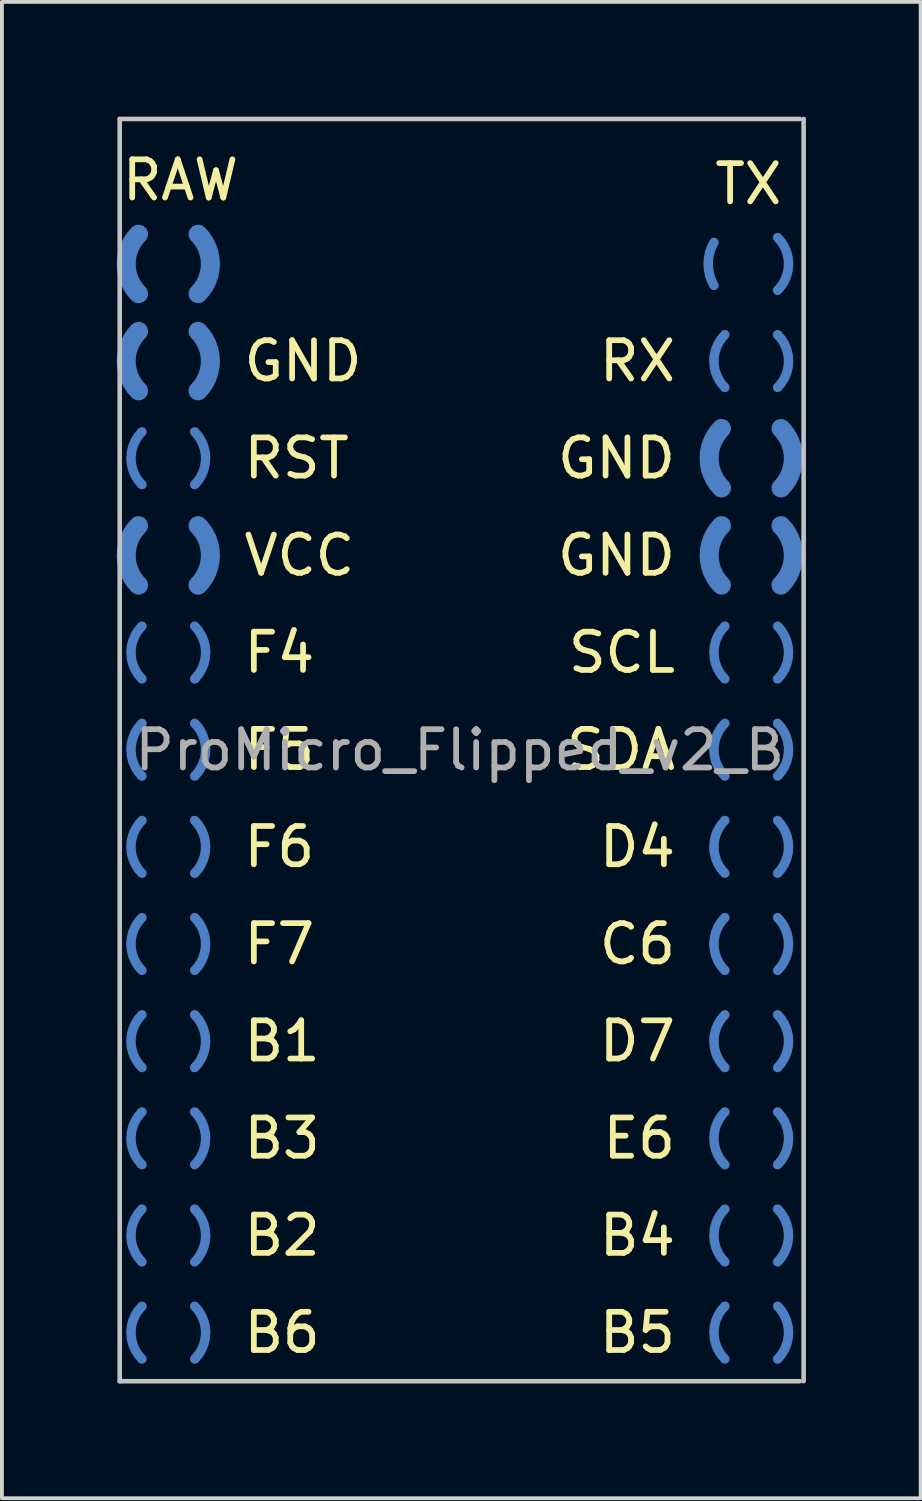
<source format=kicad_pcb>
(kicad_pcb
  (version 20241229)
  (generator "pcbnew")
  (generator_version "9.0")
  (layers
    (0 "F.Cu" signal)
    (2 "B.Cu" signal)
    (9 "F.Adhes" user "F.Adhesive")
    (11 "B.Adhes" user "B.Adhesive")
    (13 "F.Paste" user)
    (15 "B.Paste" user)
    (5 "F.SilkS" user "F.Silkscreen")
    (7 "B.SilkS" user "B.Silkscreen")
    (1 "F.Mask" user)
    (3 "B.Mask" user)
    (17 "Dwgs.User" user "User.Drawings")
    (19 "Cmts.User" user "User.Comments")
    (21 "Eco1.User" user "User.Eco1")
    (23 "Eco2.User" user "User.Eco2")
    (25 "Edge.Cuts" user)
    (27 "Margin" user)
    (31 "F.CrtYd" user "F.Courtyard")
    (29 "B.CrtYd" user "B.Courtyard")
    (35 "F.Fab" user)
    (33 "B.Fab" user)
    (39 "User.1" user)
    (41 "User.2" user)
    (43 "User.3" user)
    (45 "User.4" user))
  (footprint "ProMicro_Flipped_v2_B"
    (layer "F.Cu")
    (at 8.97 16.56)
    (property "Reference" "ProMicro_Flipped_v2_B" (at 0 0 0) (layer "F.Fab") (effects (font (size 1 1) (thickness 0.15))))
    (attr through_hole)
    (fp_line (start -8.89 -16.5) (end 8.89 -16.5) (stroke (width 0.12) (type solid)) (layer "Dwgs.User"))
    (fp_line (start -8.89 16.5) (end -8.89 -16.5) (stroke (width 0.12) (type solid)) (layer "Dwgs.User"))
    (fp_line (start 8.89 16.5) (end -8.89 16.5) (stroke (width 0.12) (type solid)) (layer "Dwgs.User"))
    (fp_line (start 8.99 16.5) (end 8.99 -16.5) (stroke (width 0.12) (type solid)) (layer "Dwgs.User"))
    (fp_text user "TX" (at 8.5 -14.8 0) (layer "F.SilkS") (effects (font (size 1 1) (thickness 0.15)) (justify right)))
    (fp_text user "VCC" (at -5.72 -5.09 0) (layer "F.SilkS") (effects (font (size 1 1) (thickness 0.15)) (justify left)))
    (fp_text user "B5" (at 5.72 15.23 0) (layer "F.SilkS") (effects (font (size 1 1) (thickness 0.15)) (justify right)))
    (fp_text user "RAW" (at -8.9 -14.9 0) (layer "F.SilkS") (effects (font (size 1 1) (thickness 0.15)) (justify left)))
    (fp_text user "C6" (at 5.72 5.07 0) (layer "F.SilkS") (effects (font (size 1 1) (thickness 0.15)) (justify right)))
    (fp_text user "GND" (at 5.72 -7.63 0) (layer "F.SilkS") (effects (font (size 1 1) (thickness 0.15)) (justify right)))
    (fp_text user "SCL" (at 5.72 -2.55 0) (layer "F.SilkS") (effects (font (size 1 1) (thickness 0.15)) (justify right)))
    (fp_text user "RX" (at 5.72 -10.17 0) (layer "F.SilkS") (effects (font (size 1 1) (thickness 0.15)) (justify right)))
    (fp_text user "B3" (at -5.72 10.15 0) (layer "F.SilkS") (effects (font (size 1 1) (thickness 0.15)) (justify left)))
    (fp_text user "SDA" (at 5.72 -0.01 0) (layer "F.SilkS") (effects (font (size 1 1) (thickness 0.15)) (justify right)))
    (fp_text user "E6" (at 5.72 10.15 0) (layer "F.SilkS") (effects (font (size 1 1) (thickness 0.15)) (justify right)))
    (fp_text user "F7" (at -5.72 5.07 0) (layer "F.SilkS") (effects (font (size 1 1) (thickness 0.15)) (justify left)))
    (fp_text user "GND" (at 5.72 -5.09 0) (layer "F.SilkS") (effects (font (size 1 1) (thickness 0.15)) (justify right)))
    (fp_text user "F4" (at -5.72 -2.55 0) (layer "F.SilkS") (effects (font (size 1 1) (thickness 0.15)) (justify left)))
    (fp_text user "RST" (at -5.72 -7.63 0) (layer "F.SilkS") (effects (font (size 1 1) (thickness 0.15)) (justify left)))
    (fp_text user "GND" (at -5.72 -10.17 0) (layer "F.SilkS") (effects (font (size 1 1) (thickness 0.15)) (justify left)))
    (fp_text user "B2" (at -5.72 12.69 0) (layer "F.SilkS") (effects (font (size 1 1) (thickness 0.15)) (justify left)))
    (fp_text user "D4" (at 5.72 2.53 0) (layer "F.SilkS") (effects (font (size 1 1) (thickness 0.15)) (justify right)))
    (fp_text user "D7" (at 5.72 7.61 0) (layer "F.SilkS") (effects (font (size 1 1) (thickness 0.15)) (justify right)))
    (fp_text user "B6" (at -5.72 15.23 0) (layer "F.SilkS") (effects (font (size 1 1) (thickness 0.15)) (justify left)))
    (fp_text user "B1" (at -5.72 7.61 0) (layer "F.SilkS") (effects (font (size 1 1) (thickness 0.15)) (justify left)))
    (fp_text user "F5" (at -5.72 -0.01 0) (layer "F.SilkS") (effects (font (size 1 1) (thickness 0.15)) (justify left)))
    (fp_text user "F6" (at -5.72 2.53 0) (layer "F.SilkS") (effects (font (size 1 1) (thickness 0.15)) (justify left)))
    (fp_text user "B4" (at 5.72 12.69 0) (layer "F.SilkS") (effects (font (size 1 1) (thickness 0.15)) (justify right)))
    (pad "1" smd custom (at 6.495 -12.71 180) (size 0.25 0.25) (layers "B.Cu" "B.Mask" "B.Paste") (options (anchor circle)) (primitives (gr_arc (start 0 0) (mid -0.038333 0.291171) (end -0.150721 0.5625) (width 0.25)) (gr_arc (start -0.150721 -0.5625) (mid -0.038333 -0.291171) (end 0 0) (width 0.25))))
    (pad "1" smd custom (at 8.595 -12.71) (size 0.25 0.25) (layers "B.Cu" "B.Mask" "B.Paste") (options (anchor circle)) (primitives (gr_arc (start 0 0) (mid -0.074217 0.373116) (end -0.285571 0.689429) (width 0.25)) (gr_arc (start -0.285571 -0.689429) (mid -0.074218 -0.373116) (end 0 0) (width 0.25))))
    (pad "2" smd custom (at 6.645 -10.17 180) (size 0.25 0.25) (layers "B.Cu" "B.Mask" "B.Paste") (options (anchor circle)) (primitives (gr_arc (start 0 0) (mid -0.074217 0.373116) (end -0.285571 0.689429) (width 0.25)) (gr_arc (start -0.285571 -0.689429) (mid -0.074218 -0.373116) (end 0 0) (width 0.25))))
    (pad "2" smd custom (at 8.595 -10.17) (size 0.25 0.25) (layers "B.Cu" "B.Mask" "B.Paste") (options (anchor circle)) (primitives (gr_arc (start 0 0) (mid -0.074217 0.373116) (end -0.285571 0.689429) (width 0.25)) (gr_arc (start -0.285571 -0.689429) (mid -0.074218 -0.373116) (end 0 0) (width 0.25))))
    (pad "3" smd custom (at 6.52 -7.63 180) (size 0.5 0.5) (layers "B.Cu" "B.Mask" "B.Paste") (options (anchor circle)) (primitives (gr_arc (start 0 0) (mid -0.083733 0.420952) (end -0.322183 0.777817) (width 0.5)) (gr_arc (start -0.322183 -0.777817) (mid -0.083733 -0.420952) (end 0 0) (width 0.5))))
    (pad "3" smd custom (at 8.72 -7.63) (size 0.5 0.5) (layers "B.Cu" "B.Mask" "B.Paste") (options (anchor circle)) (primitives (gr_arc (start 0 0) (mid -0.083733 0.420952) (end -0.322183 0.777817) (width 0.5)) (gr_arc (start -0.322183 -0.777817) (mid -0.083733 -0.420952) (end 0 0) (width 0.5))))
    (pad "4" smd custom (at 6.52 -5.09 180) (size 0.5 0.5) (layers "B.Cu" "B.Mask" "B.Paste") (options (anchor circle)) (primitives (gr_arc (start 0 0) (mid -0.083733 0.420952) (end -0.322183 0.777817) (width 0.5)) (gr_arc (start -0.322183 -0.777817) (mid -0.083733 -0.420952) (end 0 0) (width 0.5))))
    (pad "4" smd custom (at 8.72 -5.09) (size 0.5 0.5) (layers "B.Cu" "B.Mask" "B.Paste") (options (anchor circle)) (primitives (gr_arc (start 0 0) (mid -0.083733 0.420952) (end -0.322183 0.777817) (width 0.5)) (gr_arc (start -0.322183 -0.777817) (mid -0.083733 -0.420952) (end 0 0) (width 0.5))))
    (pad "5" smd custom (at 6.645 -2.55 180) (size 0.25 0.25) (layers "B.Cu" "B.Mask" "B.Paste") (options (anchor circle)) (primitives (gr_arc (start 0 0) (mid -0.074217 0.373116) (end -0.285571 0.689429) (width 0.25)) (gr_arc (start -0.285571 -0.689429) (mid -0.074218 -0.373116) (end 0 0) (width 0.25))))
    (pad "5" smd custom (at 8.595 -2.55) (size 0.25 0.25) (layers "B.Cu" "B.Mask" "B.Paste") (options (anchor circle)) (primitives (gr_arc (start 0 0) (mid -0.074217 0.373116) (end -0.285571 0.689429) (width 0.25)) (gr_arc (start -0.285571 -0.689429) (mid -0.074218 -0.373116) (end 0 0) (width 0.25))))
    (pad "6" smd custom (at 6.645 -0.01 180) (size 0.25 0.25) (layers "B.Cu" "B.Mask" "B.Paste") (options (anchor circle)) (primitives (gr_arc (start 0 0) (mid -0.074217 0.373116) (end -0.285571 0.689429) (width 0.25)) (gr_arc (start -0.285571 -0.689429) (mid -0.074218 -0.373116) (end 0 0) (width 0.25))))
    (pad "6" smd custom (at 8.595 -0.01) (size 0.25 0.25) (layers "B.Cu" "B.Mask" "B.Paste") (options (anchor circle)) (primitives (gr_arc (start 0 0) (mid -0.074217 0.373116) (end -0.285571 0.689429) (width 0.25)) (gr_arc (start -0.285571 -0.689429) (mid -0.074218 -0.373116) (end 0 0) (width 0.25))))
    (pad "7" smd custom (at 6.645 2.53 180) (size 0.25 0.25) (layers "B.Cu" "B.Mask" "B.Paste") (options (anchor circle)) (primitives (gr_arc (start 0 0) (mid -0.074217 0.373116) (end -0.285571 0.689429) (width 0.25)) (gr_arc (start -0.285571 -0.689429) (mid -0.074218 -0.373116) (end 0 0) (width 0.25))))
    (pad "7" smd custom (at 8.595 2.53) (size 0.25 0.25) (layers "B.Cu" "B.Mask" "B.Paste") (options (anchor circle)) (primitives (gr_arc (start 0 0) (mid -0.074217 0.373116) (end -0.285571 0.689429) (width 0.25)) (gr_arc (start -0.285571 -0.689429) (mid -0.074218 -0.373116) (end 0 0) (width 0.25))))
    (pad "8" smd custom (at 6.645 5.07 180) (size 0.25 0.25) (layers "B.Cu" "B.Mask" "B.Paste") (options (anchor circle)) (primitives (gr_arc (start 0 0) (mid -0.074217 0.373116) (end -0.285571 0.689429) (width 0.25)) (gr_arc (start -0.285571 -0.689429) (mid -0.074218 -0.373116) (end 0 0) (width 0.25))))
    (pad "8" smd custom (at 8.595 5.07) (size 0.25 0.25) (layers "B.Cu" "B.Mask" "B.Paste") (options (anchor circle)) (primitives (gr_arc (start 0 0) (mid -0.074217 0.373116) (end -0.285571 0.689429) (width 0.25)) (gr_arc (start -0.285571 -0.689429) (mid -0.074218 -0.373116) (end 0 0) (width 0.25))))
    (pad "9" smd custom (at 6.645 7.61 180) (size 0.25 0.25) (layers "B.Cu" "B.Mask" "B.Paste") (options (anchor circle)) (primitives (gr_arc (start 0 0) (mid -0.074217 0.373116) (end -0.285571 0.689429) (width 0.25)) (gr_arc (start -0.285571 -0.689429) (mid -0.074218 -0.373116) (end 0 0) (width 0.25))))
    (pad "9" smd custom (at 8.595 7.61) (size 0.25 0.25) (layers "B.Cu" "B.Mask" "B.Paste") (options (anchor circle)) (primitives (gr_arc (start 0 0) (mid -0.074217 0.373116) (end -0.285571 0.689429) (width 0.25)) (gr_arc (start -0.285571 -0.689429) (mid -0.074218 -0.373116) (end 0 0) (width 0.25))))
    (pad "10" smd custom (at 6.645 10.15 180) (size 0.25 0.25) (layers "B.Cu" "B.Mask" "B.Paste") (options (anchor circle)) (primitives (gr_arc (start 0 0) (mid -0.074217 0.373116) (end -0.285571 0.689429) (width 0.25)) (gr_arc (start -0.285571 -0.689429) (mid -0.074218 -0.373116) (end 0 0) (width 0.25))))
    (pad "10" smd custom (at 8.595 10.15) (size 0.25 0.25) (layers "B.Cu" "B.Mask" "B.Paste") (options (anchor circle)) (primitives (gr_arc (start 0 0) (mid -0.074217 0.373116) (end -0.285571 0.689429) (width 0.25)) (gr_arc (start -0.285571 -0.689429) (mid -0.074218 -0.373116) (end 0 0) (width 0.25))))
    (pad "11" smd custom (at 6.645 12.69 180) (size 0.25 0.25) (layers "B.Cu" "B.Mask" "B.Paste") (options (anchor circle)) (primitives (gr_arc (start 0 0) (mid -0.074217 0.373116) (end -0.285571 0.689429) (width 0.25)) (gr_arc (start -0.285571 -0.689429) (mid -0.074218 -0.373116) (end 0 0) (width 0.25))))
    (pad "11" smd custom (at 8.595 12.69) (size 0.25 0.25) (layers "B.Cu" "B.Mask" "B.Paste") (options (anchor circle)) (primitives (gr_arc (start 0 0) (mid -0.074217 0.373116) (end -0.285571 0.689429) (width 0.25)) (gr_arc (start -0.285571 -0.689429) (mid -0.074218 -0.373116) (end 0 0) (width 0.25))))
    (pad "12" smd custom (at 6.645 15.23 180) (size 0.25 0.25) (layers "B.Cu" "B.Mask" "B.Paste") (options (anchor circle)) (primitives (gr_arc (start 0 0) (mid -0.074217 0.373116) (end -0.285571 0.689429) (width 0.25)) (gr_arc (start -0.285571 -0.689429) (mid -0.074218 -0.373116) (end 0 0) (width 0.25))))
    (pad "12" smd custom (at 8.595 15.23) (size 0.25 0.25) (layers "B.Cu" "B.Mask" "B.Paste") (options (anchor circle)) (primitives (gr_arc (start 0 0) (mid -0.074217 0.373116) (end -0.285571 0.689429) (width 0.25)) (gr_arc (start -0.285571 -0.689429) (mid -0.074218 -0.373116) (end 0 0) (width 0.25))))
    (pad "13" smd custom (at -8.595 15.23 180) (size 0.25 0.25) (layers "B.Cu" "B.Mask" "B.Paste") (options (anchor circle)) (primitives (gr_arc (start 0 0) (mid -0.074217 0.373116) (end -0.285571 0.689429) (width 0.25)) (gr_arc (start -0.285571 -0.689429) (mid -0.074218 -0.373116) (end 0 0) (width 0.25))))
    (pad "13" smd custom (at -6.645 15.23) (size 0.25 0.25) (layers "B.Cu" "B.Mask" "B.Paste") (options (anchor circle)) (primitives (gr_arc (start 0 0) (mid -0.074217 0.373116) (end -0.285571 0.689429) (width 0.25)) (gr_arc (start -0.285571 -0.689429) (mid -0.074218 -0.373116) (end 0 0) (width 0.25))))
    (pad "14" smd custom (at -8.595 12.69 180) (size 0.25 0.25) (layers "B.Cu" "B.Mask" "B.Paste") (options (anchor circle)) (primitives (gr_arc (start 0 0) (mid -0.074217 0.373116) (end -0.285571 0.689429) (width 0.25)) (gr_arc (start -0.285571 -0.689429) (mid -0.074218 -0.373116) (end 0 0) (width 0.25))))
    (pad "14" smd custom (at -6.645 12.69) (size 0.25 0.25) (layers "B.Cu" "B.Mask" "B.Paste") (options (anchor circle)) (primitives (gr_arc (start 0 0) (mid -0.074217 0.373116) (end -0.285571 0.689429) (width 0.25)) (gr_arc (start -0.285571 -0.689429) (mid -0.074218 -0.373116) (end 0 0) (width 0.25))))
    (pad "15" smd custom (at -8.595 10.15 180) (size 0.25 0.25) (layers "B.Cu" "B.Mask" "B.Paste") (options (anchor circle)) (primitives (gr_arc (start 0 0) (mid -0.074217 0.373116) (end -0.285571 0.689429) (width 0.25)) (gr_arc (start -0.285571 -0.689429) (mid -0.074218 -0.373116) (end 0 0) (width 0.25))))
    (pad "15" smd custom (at -6.645 10.15) (size 0.25 0.25) (layers "B.Cu" "B.Mask" "B.Paste") (options (anchor circle)) (primitives (gr_arc (start 0 0) (mid -0.074217 0.373116) (end -0.285571 0.689429) (width 0.25)) (gr_arc (start -0.285571 -0.689429) (mid -0.074218 -0.373116) (end 0 0) (width 0.25))))
    (pad "16" smd custom (at -8.595 7.61 180) (size 0.25 0.25) (layers "B.Cu" "B.Mask" "B.Paste") (options (anchor circle)) (primitives (gr_arc (start 0 0) (mid -0.074217 0.373116) (end -0.285571 0.689429) (width 0.25)) (gr_arc (start -0.285571 -0.689429) (mid -0.074218 -0.373116) (end 0 0) (width 0.25))))
    (pad "16" smd custom (at -6.645 7.61) (size 0.25 0.25) (layers "B.Cu" "B.Mask" "B.Paste") (options (anchor circle)) (primitives (gr_arc (start 0 0) (mid -0.074217 0.373116) (end -0.285571 0.689429) (width 0.25)) (gr_arc (start -0.285571 -0.689429) (mid -0.074218 -0.373116) (end 0 0) (width 0.25))))
    (pad "17" smd custom (at -8.595 5.07 180) (size 0.25 0.25) (layers "B.Cu" "B.Mask" "B.Paste") (options (anchor circle)) (primitives (gr_arc (start 0 0) (mid -0.074217 0.373116) (end -0.285571 0.689429) (width 0.25)) (gr_arc (start -0.285571 -0.689429) (mid -0.074218 -0.373116) (end 0 0) (width 0.25))))
    (pad "17" smd custom (at -6.645 5.07) (size 0.25 0.25) (layers "B.Cu" "B.Mask" "B.Paste") (options (anchor circle)) (primitives (gr_arc (start 0 0) (mid -0.074217 0.373116) (end -0.285571 0.689429) (width 0.25)) (gr_arc (start -0.285571 -0.689429) (mid -0.074218 -0.373116) (end 0 0) (width 0.25))))
    (pad "18" smd custom (at -8.595 2.53 180) (size 0.25 0.25) (layers "B.Cu" "B.Mask" "B.Paste") (options (anchor circle)) (primitives (gr_arc (start 0 0) (mid -0.074217 0.373116) (end -0.285571 0.689429) (width 0.25)) (gr_arc (start -0.285571 -0.689429) (mid -0.074218 -0.373116) (end 0 0) (width 0.25))))
    (pad "18" smd custom (at -6.645 2.53) (size 0.25 0.25) (layers "B.Cu" "B.Mask" "B.Paste") (options (anchor circle)) (primitives (gr_arc (start 0 0) (mid -0.074217 0.373116) (end -0.285571 0.689429) (width 0.25)) (gr_arc (start -0.285571 -0.689429) (mid -0.074218 -0.373116) (end 0 0) (width 0.25))))
    (pad "19" smd custom (at -8.595 -0.01 180) (size 0.25 0.25) (layers "B.Cu" "B.Mask" "B.Paste") (options (anchor circle)) (primitives (gr_arc (start 0 0) (mid -0.074217 0.373116) (end -0.285571 0.689429) (width 0.25)) (gr_arc (start -0.285571 -0.689429) (mid -0.074218 -0.373116) (end 0 0) (width 0.25))))
    (pad "19" smd custom (at -6.645 -0.01) (size 0.25 0.25) (layers "B.Cu" "B.Mask" "B.Paste") (options (anchor circle)) (primitives (gr_arc (start 0 0) (mid -0.074217 0.373116) (end -0.285571 0.689429) (width 0.25)) (gr_arc (start -0.285571 -0.689429) (mid -0.074218 -0.373116) (end 0 0) (width 0.25))))
    (pad "20" smd custom (at -8.595 -2.55 180) (size 0.25 0.25) (layers "B.Cu" "B.Mask" "B.Paste") (options (anchor circle)) (primitives (gr_arc (start 0 0) (mid -0.074217 0.373116) (end -0.285571 0.689429) (width 0.25)) (gr_arc (start -0.285571 -0.689429) (mid -0.074218 -0.373116) (end 0 0) (width 0.25))))
    (pad "20" smd custom (at -6.645 -2.55) (size 0.25 0.25) (layers "B.Cu" "B.Mask" "B.Paste") (options (anchor circle)) (primitives (gr_arc (start 0 0) (mid -0.074217 0.373116) (end -0.285571 0.689429) (width 0.25)) (gr_arc (start -0.285571 -0.689429) (mid -0.074218 -0.373116) (end 0 0) (width 0.25))))
    (pad "21" smd custom (at -8.72 -5.09 180) (size 0.5 0.5) (layers "B.Cu" "B.Mask" "B.Paste") (options (anchor circle)) (primitives (gr_arc (start 0 0) (mid -0.083733 0.420952) (end -0.322183 0.777817) (width 0.5)) (gr_arc (start -0.322183 -0.777817) (mid -0.083733 -0.420952) (end 0 0) (width 0.5))))
    (pad "21" smd custom (at -6.52 -5.09) (size 0.5 0.5) (layers "B.Cu" "B.Mask" "B.Paste") (options (anchor circle)) (primitives (gr_arc (start 0 0) (mid -0.083733 0.420952) (end -0.322183 0.777817) (width 0.5)) (gr_arc (start -0.322183 -0.777817) (mid -0.083733 -0.420952) (end 0 0) (width 0.5))))
    (pad "22" smd custom (at -8.595 -7.63 180) (size 0.25 0.25) (layers "B.Cu" "B.Mask" "B.Paste") (options (anchor circle)) (primitives (gr_arc (start 0 0) (mid -0.074217 0.373116) (end -0.285571 0.689429) (width 0.25)) (gr_arc (start -0.285571 -0.689429) (mid -0.074218 -0.373116) (end 0 0) (width 0.25))))
    (pad "22" smd custom (at -6.645 -7.63) (size 0.25 0.25) (layers "B.Cu" "B.Mask" "B.Paste") (options (anchor circle)) (primitives (gr_arc (start 0 0) (mid -0.074217 0.373116) (end -0.285571 0.689429) (width 0.25)) (gr_arc (start -0.285571 -0.689429) (mid -0.074218 -0.373116) (end 0 0) (width 0.25))))
    (pad "23" smd custom (at -8.72 -10.17 180) (size 0.5 0.5) (layers "B.Cu" "B.Mask" "B.Paste") (options (anchor circle)) (primitives (gr_arc (start 0 0) (mid -0.083733 0.420952) (end -0.322183 0.777817) (width 0.5)) (gr_arc (start -0.322183 -0.777817) (mid -0.083733 -0.420952) (end 0 0) (width 0.5))))
    (pad "23" smd custom (at -6.52 -10.17) (size 0.5 0.5) (layers "B.Cu" "B.Mask" "B.Paste") (options (anchor circle)) (primitives (gr_arc (start 0 0) (mid -0.083733 0.420952) (end -0.322183 0.777817) (width 0.5)) (gr_arc (start -0.322183 -0.777817) (mid -0.083733 -0.420952) (end 0 0) (width 0.5))))
    (pad "24" smd custom (at -8.72 -12.71 180) (size 0.5 0.5) (layers "B.Cu" "B.Mask" "B.Paste") (options (anchor circle)) (primitives (gr_arc (start 0 0) (mid -0.083733 0.420952) (end -0.322183 0.777817) (width 0.5)) (gr_arc (start -0.322183 -0.777817) (mid -0.083733 -0.420952) (end 0 0) (width 0.5))))
    (pad "24" smd custom (at -6.52 -12.71) (size 0.5 0.5) (layers "B.Cu" "B.Mask" "B.Paste") (options (anchor circle)) (primitives (gr_arc (start 0 0) (mid -0.083733 0.420952) (end -0.322183 0.777817) (width 0.5)) (gr_arc (start -0.322183 -0.777817) (mid -0.083733 -0.420952) (end 0 0) (width 0.5)))))
  (gr_rect
    (start -3 -3)
    (end 21.02 36.12)
    (stroke (width 0.1) (type default))
    (fill no)
    (layer "Edge.Cuts")))
</source>
